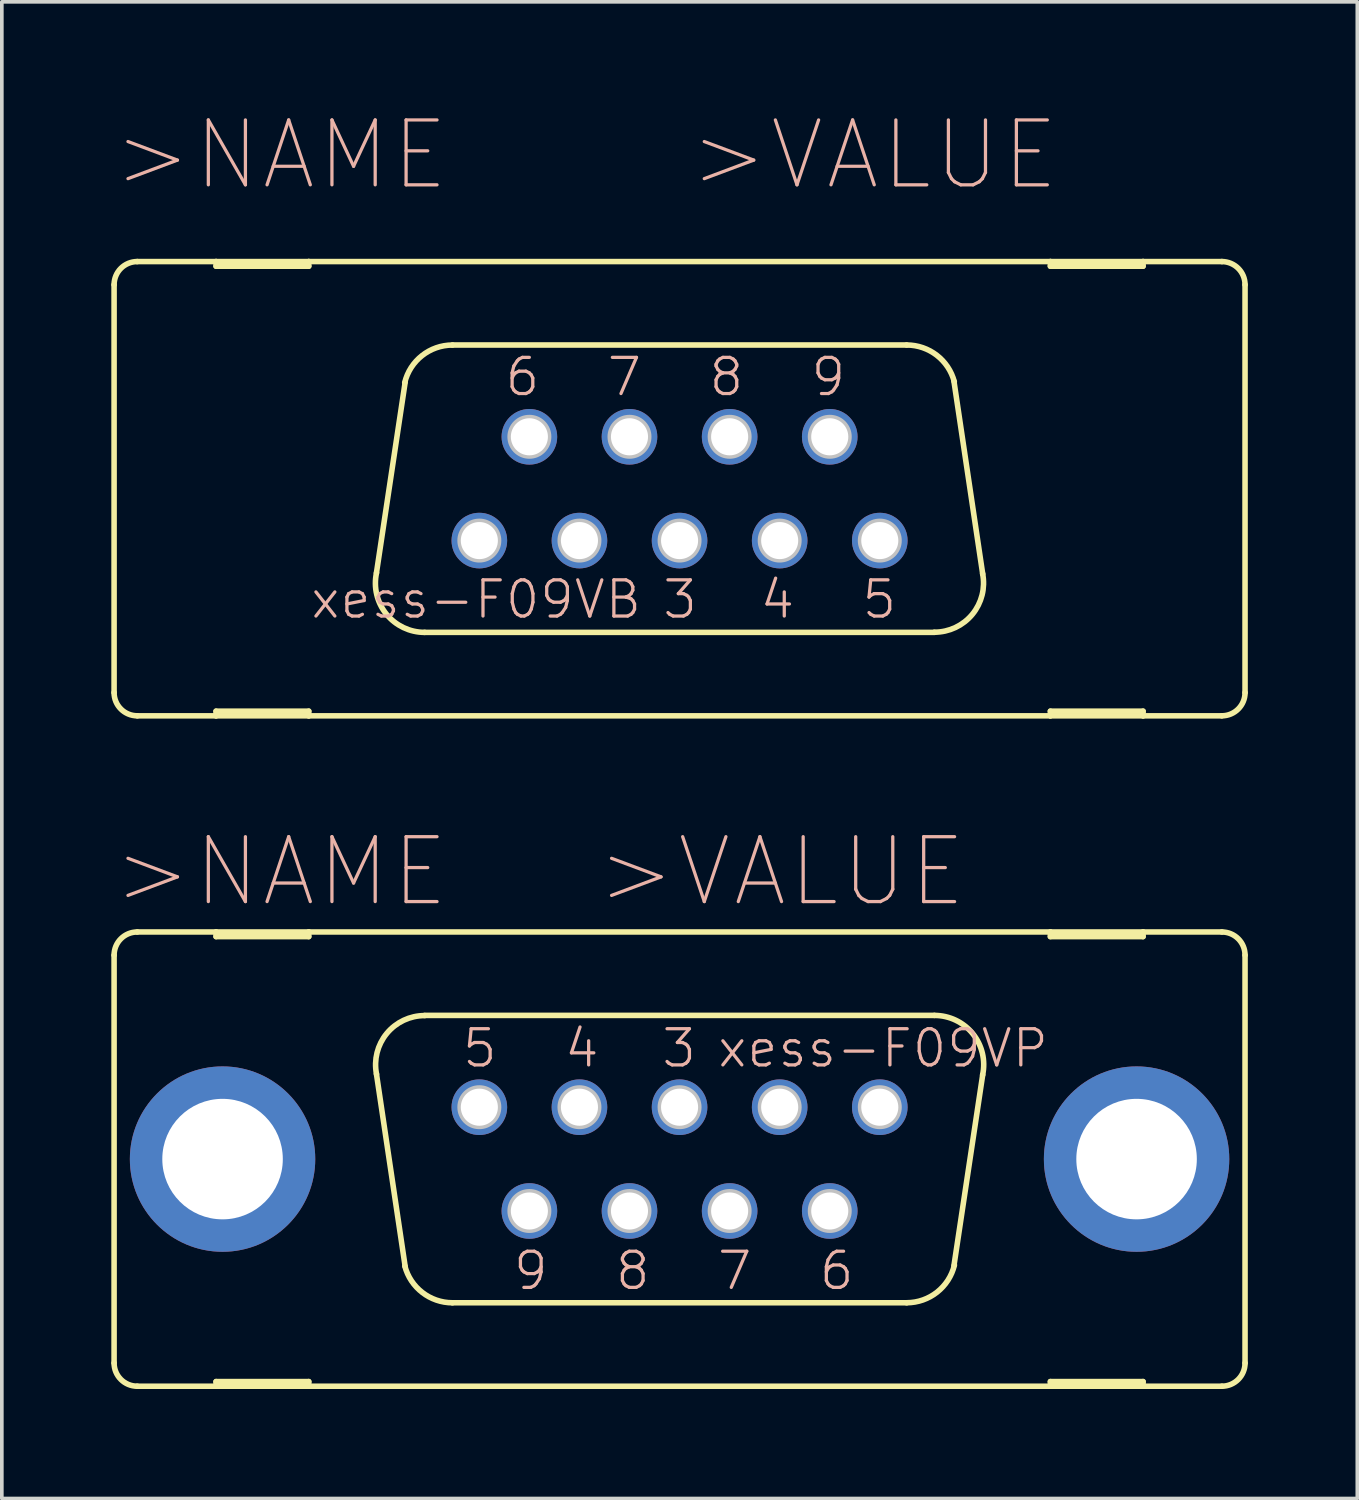
<source format=kicad_pcb>
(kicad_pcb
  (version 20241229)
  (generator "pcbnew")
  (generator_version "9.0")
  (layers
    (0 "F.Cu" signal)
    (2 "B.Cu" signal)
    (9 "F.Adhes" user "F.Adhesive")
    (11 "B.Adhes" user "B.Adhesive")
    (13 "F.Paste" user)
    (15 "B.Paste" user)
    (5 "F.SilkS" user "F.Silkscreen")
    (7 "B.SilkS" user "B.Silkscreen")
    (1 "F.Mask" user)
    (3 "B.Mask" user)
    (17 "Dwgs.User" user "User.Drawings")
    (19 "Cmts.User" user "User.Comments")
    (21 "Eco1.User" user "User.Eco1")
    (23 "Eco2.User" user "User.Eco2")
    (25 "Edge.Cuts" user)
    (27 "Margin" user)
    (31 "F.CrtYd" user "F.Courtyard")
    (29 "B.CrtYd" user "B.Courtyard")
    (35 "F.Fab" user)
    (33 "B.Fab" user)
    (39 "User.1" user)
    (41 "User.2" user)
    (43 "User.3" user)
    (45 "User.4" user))
  (footprint "xess-F09VP"
    (layer "F.Cu")
    (at 15.57 28.709)
    (property "Reference" "xess-F09VP" (at 5.575 -3.035 0) (layer "B.SilkS") (effects (font (size 0.991 0.991) (thickness 0.089))))
    (attr exclude_from_pos_files exclude_from_bom)
    (fp_line (start -15.494 -5.588) (end -15.494 5.588) (stroke (width 0.152) (type solid)) (layer "F.SilkS"))
    (fp_line (start -14.859 6.223) (end -12.7 6.223) (stroke (width 0.152) (type solid)) (layer "F.SilkS"))
    (fp_line (start -12.7 -6.223) (end -14.859 -6.223) (stroke (width 0.152) (type solid)) (layer "F.SilkS"))
    (fp_line (start -12.7 -6.223) (end -12.7 -6.096) (stroke (width 0.152) (type solid)) (layer "F.SilkS"))
    (fp_line (start -12.7 -6.096) (end -10.16 -6.096) (stroke (width 0.152) (type solid)) (layer "F.SilkS"))
    (fp_line (start -12.7 6.096) (end -10.16 6.096) (stroke (width 0.152) (type solid)) (layer "F.SilkS"))
    (fp_line (start -12.7 6.223) (end -12.7 6.096) (stroke (width 0.152) (type solid)) (layer "F.SilkS"))
    (fp_line (start -12.7 6.223) (end -10.16 6.223) (stroke (width 0.152) (type solid)) (layer "F.SilkS"))
    (fp_line (start -10.16 -6.223) (end -12.7 -6.223) (stroke (width 0.152) (type solid)) (layer "F.SilkS"))
    (fp_line (start -10.16 -6.096) (end -10.16 -6.223) (stroke (width 0.152) (type solid)) (layer "F.SilkS"))
    (fp_line (start -10.16 6.096) (end -10.16 6.223) (stroke (width 0.152) (type solid)) (layer "F.SilkS"))
    (fp_line (start -10.16 6.223) (end 10.16 6.223) (stroke (width 0.152) (type solid)) (layer "F.SilkS"))
    (fp_line (start -7.518 2.946) (end -8.306 -2.337) (stroke (width 0.152) (type solid)) (layer "F.SilkS"))
    (fp_line (start -6.985 -3.937) (end 6.985 -3.937) (stroke (width 0.152) (type solid)) (layer "F.SilkS"))
    (fp_line (start -6.223 3.937) (end 6.223 3.937) (stroke (width 0.152) (type solid)) (layer "F.SilkS"))
    (fp_line (start 8.306 -2.311) (end 7.518 2.921) (stroke (width 0.152) (type solid)) (layer "F.SilkS"))
    (fp_line (start 10.16 -6.223) (end -10.16 -6.223) (stroke (width 0.152) (type solid)) (layer "F.SilkS"))
    (fp_line (start 10.16 -6.223) (end 10.16 -6.096) (stroke (width 0.152) (type solid)) (layer "F.SilkS"))
    (fp_line (start 10.16 -6.096) (end 12.7 -6.096) (stroke (width 0.152) (type solid)) (layer "F.SilkS"))
    (fp_line (start 10.16 6.096) (end 12.7 6.096) (stroke (width 0.152) (type solid)) (layer "F.SilkS"))
    (fp_line (start 10.16 6.223) (end 10.16 6.096) (stroke (width 0.152) (type solid)) (layer "F.SilkS"))
    (fp_line (start 10.16 6.223) (end 12.7 6.223) (stroke (width 0.152) (type solid)) (layer "F.SilkS"))
    (fp_line (start 12.7 -6.223) (end 10.16 -6.223) (stroke (width 0.152) (type solid)) (layer "F.SilkS"))
    (fp_line (start 12.7 -6.096) (end 12.7 -6.223) (stroke (width 0.152) (type solid)) (layer "F.SilkS"))
    (fp_line (start 12.7 6.096) (end 12.7 6.223) (stroke (width 0.152) (type solid)) (layer "F.SilkS"))
    (fp_line (start 12.7 6.223) (end 14.859 6.223) (stroke (width 0.152) (type solid)) (layer "F.SilkS"))
    (fp_line (start 14.859 -6.223) (end 12.7 -6.223) (stroke (width 0.152) (type solid)) (layer "F.SilkS"))
    (fp_line (start 15.494 -5.588) (end 15.494 5.588) (stroke (width 0.152) (type solid)) (layer "F.SilkS"))
    (fp_arc (start -15.494 -5.588) (mid -15.308013 -6.037013) (end -14.859 -6.223) (stroke (width 0.1524) (type solid)) (layer "F.SilkS"))
    (fp_arc (start -14.859 6.223) (mid -15.308013 6.037013) (end -15.494 5.588) (stroke (width 0.1524) (type solid)) (layer "F.SilkS"))
    (fp_arc (start -8.30326 -2.32664) (mid -8.023158 -3.441772) (end -6.98324 -3.932229) (stroke (width 0.1524) (type solid)) (layer "F.SilkS"))
    (fp_arc (start -6.223 3.937) (mid -7.047791 3.655415) (end -7.528188 2.928236) (stroke (width 0.1524) (type solid)) (layer "F.SilkS"))
    (fp_arc (start 6.985 -3.937) (mid 8.034648 -3.435219) (end 8.30328 -2.303238) (stroke (width 0.1524) (type solid)) (layer "F.SilkS"))
    (fp_arc (start 7.5311 2.90322) (mid 7.055662 3.646284) (end 6.222518 3.936211) (stroke (width 0.1524) (type solid)) (layer "F.SilkS"))
    (fp_arc (start 14.859 -6.223) (mid 15.308013 -6.037013) (end 15.494 -5.588) (stroke (width 0.1524) (type solid)) (layer "F.SilkS"))
    (fp_arc (start 15.494 5.588) (mid 15.308013 6.037013) (end 14.859 6.223) (stroke (width 0.1524) (type solid)) (layer "F.SilkS"))
    (fp_circle (center -12.522 0) (end -13.348 0.826) (stroke (width 0.076) (type solid)) (fill no) (layer "F.SilkS"))
    (fp_circle (center 12.522 0) (end 13.348 0.826) (stroke (width 0.076) (type solid)) (fill no) (layer "F.SilkS"))
    (fp_circle (center -5.486 -1.422) (end -5.867 -1.803) (stroke (width 0.127) (type solid)) (fill no) (layer "Dwgs.User"))
    (fp_circle (center -4.115 1.422) (end -4.496 1.803) (stroke (width 0.127) (type solid)) (fill no) (layer "Dwgs.User"))
    (fp_circle (center -2.743 -1.422) (end -3.124 -1.803) (stroke (width 0.127) (type solid)) (fill no) (layer "Dwgs.User"))
    (fp_circle (center -1.372 1.422) (end -1.753 1.803) (stroke (width 0.127) (type solid)) (fill no) (layer "Dwgs.User"))
    (fp_circle (center 0 -1.422) (end -0.381 -1.803) (stroke (width 0.127) (type solid)) (fill no) (layer "Dwgs.User"))
    (fp_circle (center 1.372 1.422) (end 1.753 1.803) (stroke (width 0.127) (type solid)) (fill no) (layer "Dwgs.User"))
    (fp_circle (center 2.743 -1.422) (end 3.124 -1.803) (stroke (width 0.127) (type solid)) (fill no) (layer "Dwgs.User"))
    (fp_circle (center 4.115 1.422) (end 4.496 1.803) (stroke (width 0.127) (type solid)) (fill no) (layer "Dwgs.User"))
    (fp_circle (center 5.486 -1.422) (end 5.867 -1.803) (stroke (width 0.127) (type solid)) (fill no) (layer "Dwgs.User"))
    (fp_text user "3" (at -0.013 -3.035 0) (layer "B.SilkS") (effects (font (size 0.991 0.991) (thickness 0.089))))
    (fp_text user ">NAME" (at -10.922 -7.874 0) (layer "B.SilkS") (effects (font (size 1.778 1.778) (thickness 0.089))))
    (fp_text user "9" (at -4.077 3.061 0) (layer "B.SilkS") (effects (font (size 0.991 0.991) (thickness 0.089))))
    (fp_text user "7" (at 1.511 3.061 0) (layer "B.SilkS") (effects (font (size 0.991 0.991) (thickness 0.089))))
    (fp_text user "5" (at -5.474 -3.035 0) (layer "B.SilkS") (effects (font (size 0.991 0.991) (thickness 0.089))))
    (fp_text user "4" (at -2.68 -3.035 0) (layer "B.SilkS") (effects (font (size 0.991 0.991) (thickness 0.089))))
    (fp_text user "8" (at -1.283 3.061 0) (layer "B.SilkS") (effects (font (size 0.991 0.991) (thickness 0.089))))
    (fp_text user "6" (at 4.305 3.061 0) (layer "B.SilkS") (effects (font (size 0.991 0.991) (thickness 0.089))))
    (fp_text user ">VALUE" (at 2.794 -7.874 0) (layer "B.SilkS") (effects (font (size 1.778 1.778) (thickness 0.089))))
    (pad "1" thru_hole circle (at 5.486 -1.422) (size 1.524 1.524) (drill 1.016) (layers "*.Cu" "*.Mask"))
    (pad "2" thru_hole circle (at 2.743 -1.422) (size 1.524 1.524) (drill 1.016) (layers "*.Cu" "*.Mask"))
    (pad "3" thru_hole circle (at 0 -1.422) (size 1.524 1.524) (drill 1.016) (layers "*.Cu" "*.Mask"))
    (pad "4" thru_hole circle (at -2.743 -1.422) (size 1.524 1.524) (drill 1.016) (layers "*.Cu" "*.Mask"))
    (pad "5" thru_hole circle (at -5.486 -1.422) (size 1.524 1.524) (drill 1.016) (layers "*.Cu" "*.Mask"))
    (pad "6" thru_hole circle (at 4.115 1.422) (size 1.524 1.524) (drill 1.016) (layers "*.Cu" "*.Mask"))
    (pad "7" thru_hole circle (at 1.372 1.422) (size 1.524 1.524) (drill 1.016) (layers "*.Cu" "*.Mask"))
    (pad "8" thru_hole circle (at -1.372 1.422) (size 1.524 1.524) (drill 1.016) (layers "*.Cu" "*.Mask"))
    (pad "9" thru_hole circle (at -4.115 1.422) (size 1.524 1.524) (drill 1.016) (layers "*.Cu" "*.Mask"))
    (pad "G1" thru_hole circle (at -12.522 0) (size 5.08 5.08) (drill 3.302) (layers "*.Cu" "*.Mask"))
    (pad "G2" thru_hole circle (at 12.522 0) (size 5.08 5.08) (drill 3.302) (layers "*.Cu" "*.Mask")))
  (footprint "xess-F09VB"
    (layer "F.Cu")
    (at 15.57 10.34)
    (property "Reference" "xess-F09VB" (at -5.575 3.035 180) (layer "B.SilkS") (effects (font (size 0.991 0.991) (thickness 0.089))))
    (attr exclude_from_pos_files exclude_from_bom)
    (fp_line (start -15.494 5.588) (end -15.494 -5.588) (stroke (width 0.152) (type solid)) (layer "F.SilkS"))
    (fp_line (start -14.859 6.223) (end -12.7 6.223) (stroke (width 0.152) (type solid)) (layer "F.SilkS"))
    (fp_line (start -12.7 -6.223) (end -14.859 -6.223) (stroke (width 0.152) (type solid)) (layer "F.SilkS"))
    (fp_line (start -12.7 -6.096) (end -12.7 -6.223) (stroke (width 0.152) (type solid)) (layer "F.SilkS"))
    (fp_line (start -12.7 6.096) (end -12.7 6.223) (stroke (width 0.152) (type solid)) (layer "F.SilkS"))
    (fp_line (start -12.7 6.223) (end -10.16 6.223) (stroke (width 0.152) (type solid)) (layer "F.SilkS"))
    (fp_line (start -10.16 -6.223) (end -12.7 -6.223) (stroke (width 0.152) (type solid)) (layer "F.SilkS"))
    (fp_line (start -10.16 -6.223) (end -10.16 -6.096) (stroke (width 0.152) (type solid)) (layer "F.SilkS"))
    (fp_line (start -10.16 -6.096) (end -12.7 -6.096) (stroke (width 0.152) (type solid)) (layer "F.SilkS"))
    (fp_line (start -10.16 6.096) (end -12.7 6.096) (stroke (width 0.152) (type solid)) (layer "F.SilkS"))
    (fp_line (start -10.16 6.223) (end -10.16 6.096) (stroke (width 0.152) (type solid)) (layer "F.SilkS"))
    (fp_line (start -10.16 6.223) (end 10.16 6.223) (stroke (width 0.152) (type solid)) (layer "F.SilkS"))
    (fp_line (start -8.306 2.311) (end -7.518 -2.921) (stroke (width 0.152) (type solid)) (layer "F.SilkS"))
    (fp_line (start 6.223 -3.937) (end -6.223 -3.937) (stroke (width 0.152) (type solid)) (layer "F.SilkS"))
    (fp_line (start 6.985 3.937) (end -6.985 3.937) (stroke (width 0.152) (type solid)) (layer "F.SilkS"))
    (fp_line (start 7.518 -2.946) (end 8.306 2.337) (stroke (width 0.152) (type solid)) (layer "F.SilkS"))
    (fp_line (start 10.16 -6.223) (end -10.16 -6.223) (stroke (width 0.152) (type solid)) (layer "F.SilkS"))
    (fp_line (start 10.16 -6.096) (end 10.16 -6.223) (stroke (width 0.152) (type solid)) (layer "F.SilkS"))
    (fp_line (start 10.16 6.096) (end 10.16 6.223) (stroke (width 0.152) (type solid)) (layer "F.SilkS"))
    (fp_line (start 10.16 6.223) (end 12.7 6.223) (stroke (width 0.152) (type solid)) (layer "F.SilkS"))
    (fp_line (start 12.7 -6.223) (end 10.16 -6.223) (stroke (width 0.152) (type solid)) (layer "F.SilkS"))
    (fp_line (start 12.7 -6.223) (end 12.7 -6.096) (stroke (width 0.152) (type solid)) (layer "F.SilkS"))
    (fp_line (start 12.7 -6.096) (end 10.16 -6.096) (stroke (width 0.152) (type solid)) (layer "F.SilkS"))
    (fp_line (start 12.7 6.096) (end 10.16 6.096) (stroke (width 0.152) (type solid)) (layer "F.SilkS"))
    (fp_line (start 12.7 6.223) (end 12.7 6.096) (stroke (width 0.152) (type solid)) (layer "F.SilkS"))
    (fp_line (start 12.7 6.223) (end 14.859 6.223) (stroke (width 0.152) (type solid)) (layer "F.SilkS"))
    (fp_line (start 14.859 -6.223) (end 12.7 -6.223) (stroke (width 0.152) (type solid)) (layer "F.SilkS"))
    (fp_line (start 15.494 5.588) (end 15.494 -5.588) (stroke (width 0.152) (type solid)) (layer "F.SilkS"))
    (fp_arc (start -15.494 -5.588) (mid -15.308013 -6.037013) (end -14.859 -6.223) (stroke (width 0.1524) (type solid)) (layer "F.SilkS"))
    (fp_arc (start -14.859 6.223) (mid -15.308013 6.037013) (end -15.494 5.588) (stroke (width 0.1524) (type solid)) (layer "F.SilkS"))
    (fp_arc (start -7.5311 -2.90322) (mid -7.055662 -3.646284) (end -6.222518 -3.936211) (stroke (width 0.1524) (type solid)) (layer "F.SilkS"))
    (fp_arc (start -6.985 3.937) (mid -8.034648 3.435219) (end -8.30328 2.303238) (stroke (width 0.1524) (type solid)) (layer "F.SilkS"))
    (fp_arc (start 6.223 -3.937) (mid 7.047791 -3.655415) (end 7.528188 -2.928236) (stroke (width 0.1524) (type solid)) (layer "F.SilkS"))
    (fp_arc (start 8.30326 2.32664) (mid 8.023158 3.441772) (end 6.98324 3.932229) (stroke (width 0.1524) (type solid)) (layer "F.SilkS"))
    (fp_arc (start 14.859 -6.223) (mid 15.308013 -6.037013) (end 15.494 -5.588) (stroke (width 0.1524) (type solid)) (layer "F.SilkS"))
    (fp_arc (start 15.494 5.588) (mid 15.308013 6.037013) (end 14.859 6.223) (stroke (width 0.1524) (type solid)) (layer "F.SilkS"))
    (fp_circle (center -5.486 1.422) (end -5.867 1.803) (stroke (width 0.127) (type solid)) (fill no) (layer "Dwgs.User"))
    (fp_circle (center -4.115 -1.422) (end -4.496 -1.803) (stroke (width 0.127) (type solid)) (fill no) (layer "Dwgs.User"))
    (fp_circle (center -2.743 1.422) (end -3.124 1.803) (stroke (width 0.127) (type solid)) (fill no) (layer "Dwgs.User"))
    (fp_circle (center -1.372 -1.422) (end -1.753 -1.803) (stroke (width 0.127) (type solid)) (fill no) (layer "Dwgs.User"))
    (fp_circle (center 0 1.422) (end -0.381 1.803) (stroke (width 0.127) (type solid)) (fill no) (layer "Dwgs.User"))
    (fp_circle (center 1.372 -1.422) (end 1.753 -1.803) (stroke (width 0.127) (type solid)) (fill no) (layer "Dwgs.User"))
    (fp_circle (center 2.743 1.422) (end 3.124 1.803) (stroke (width 0.127) (type solid)) (fill no) (layer "Dwgs.User"))
    (fp_circle (center 4.115 -1.422) (end 4.496 -1.803) (stroke (width 0.127) (type solid)) (fill no) (layer "Dwgs.User"))
    (fp_circle (center 5.486 1.422) (end 5.867 1.803) (stroke (width 0.127) (type solid)) (fill no) (layer "Dwgs.User"))
    (fp_text user ">VALUE" (at 5.334 -9.144 0) (layer "B.SilkS") (effects (font (size 1.778 1.778) (thickness 0.089))))
    (fp_text user "8" (at 1.283 -3.061 180) (layer "B.SilkS") (effects (font (size 0.991 0.991) (thickness 0.089))))
    (fp_text user "9" (at 4.077 -3.061 180) (layer "B.SilkS") (effects (font (size 0.991 0.991) (thickness 0.089))))
    (fp_text user ">NAME" (at -10.922 -9.144 0) (layer "B.SilkS") (effects (font (size 1.778 1.778) (thickness 0.089))))
    (fp_text user "3" (at 0.013 3.035 180) (layer "B.SilkS") (effects (font (size 0.991 0.991) (thickness 0.089))))
    (fp_text user "4" (at 2.68 3.035 180) (layer "B.SilkS") (effects (font (size 0.991 0.991) (thickness 0.089))))
    (fp_text user "6" (at -4.305 -3.061 180) (layer "B.SilkS") (effects (font (size 0.991 0.991) (thickness 0.089))))
    (fp_text user "5" (at 5.474 3.035 180) (layer "B.SilkS") (effects (font (size 0.991 0.991) (thickness 0.089))))
    (fp_text user "7" (at -1.511 -3.061 180) (layer "B.SilkS") (effects (font (size 0.991 0.991) (thickness 0.089))))
    (pad "1" thru_hole circle (at -5.486 1.422) (size 1.524 1.524) (drill 1.016) (layers "*.Cu" "*.Mask"))
    (pad "2" thru_hole circle (at -2.743 1.422) (size 1.524 1.524) (drill 1.016) (layers "*.Cu" "*.Mask"))
    (pad "3" thru_hole circle (at 0 1.422) (size 1.524 1.524) (drill 1.016) (layers "*.Cu" "*.Mask"))
    (pad "4" thru_hole circle (at 2.743 1.422) (size 1.524 1.524) (drill 1.016) (layers "*.Cu" "*.Mask"))
    (pad "5" thru_hole circle (at 5.486 1.422) (size 1.524 1.524) (drill 1.016) (layers "*.Cu" "*.Mask"))
    (pad "6" thru_hole circle (at -4.115 -1.422) (size 1.524 1.524) (drill 1.016) (layers "*.Cu" "*.Mask"))
    (pad "7" thru_hole circle (at -1.372 -1.422) (size 1.524 1.524) (drill 1.016) (layers "*.Cu" "*.Mask"))
    (pad "8" thru_hole circle (at 1.372 -1.422) (size 1.524 1.524) (drill 1.016) (layers "*.Cu" "*.Mask"))
    (pad "9" thru_hole circle (at 4.115 -1.422) (size 1.524 1.524) (drill 1.016) (layers "*.Cu" "*.Mask")))
  (gr_rect
    (start -3 -3)
    (end 34.14 38.009)
    (stroke (width 0.1) (type default))
    (fill no)
    (layer "Edge.Cuts")))
</source>
